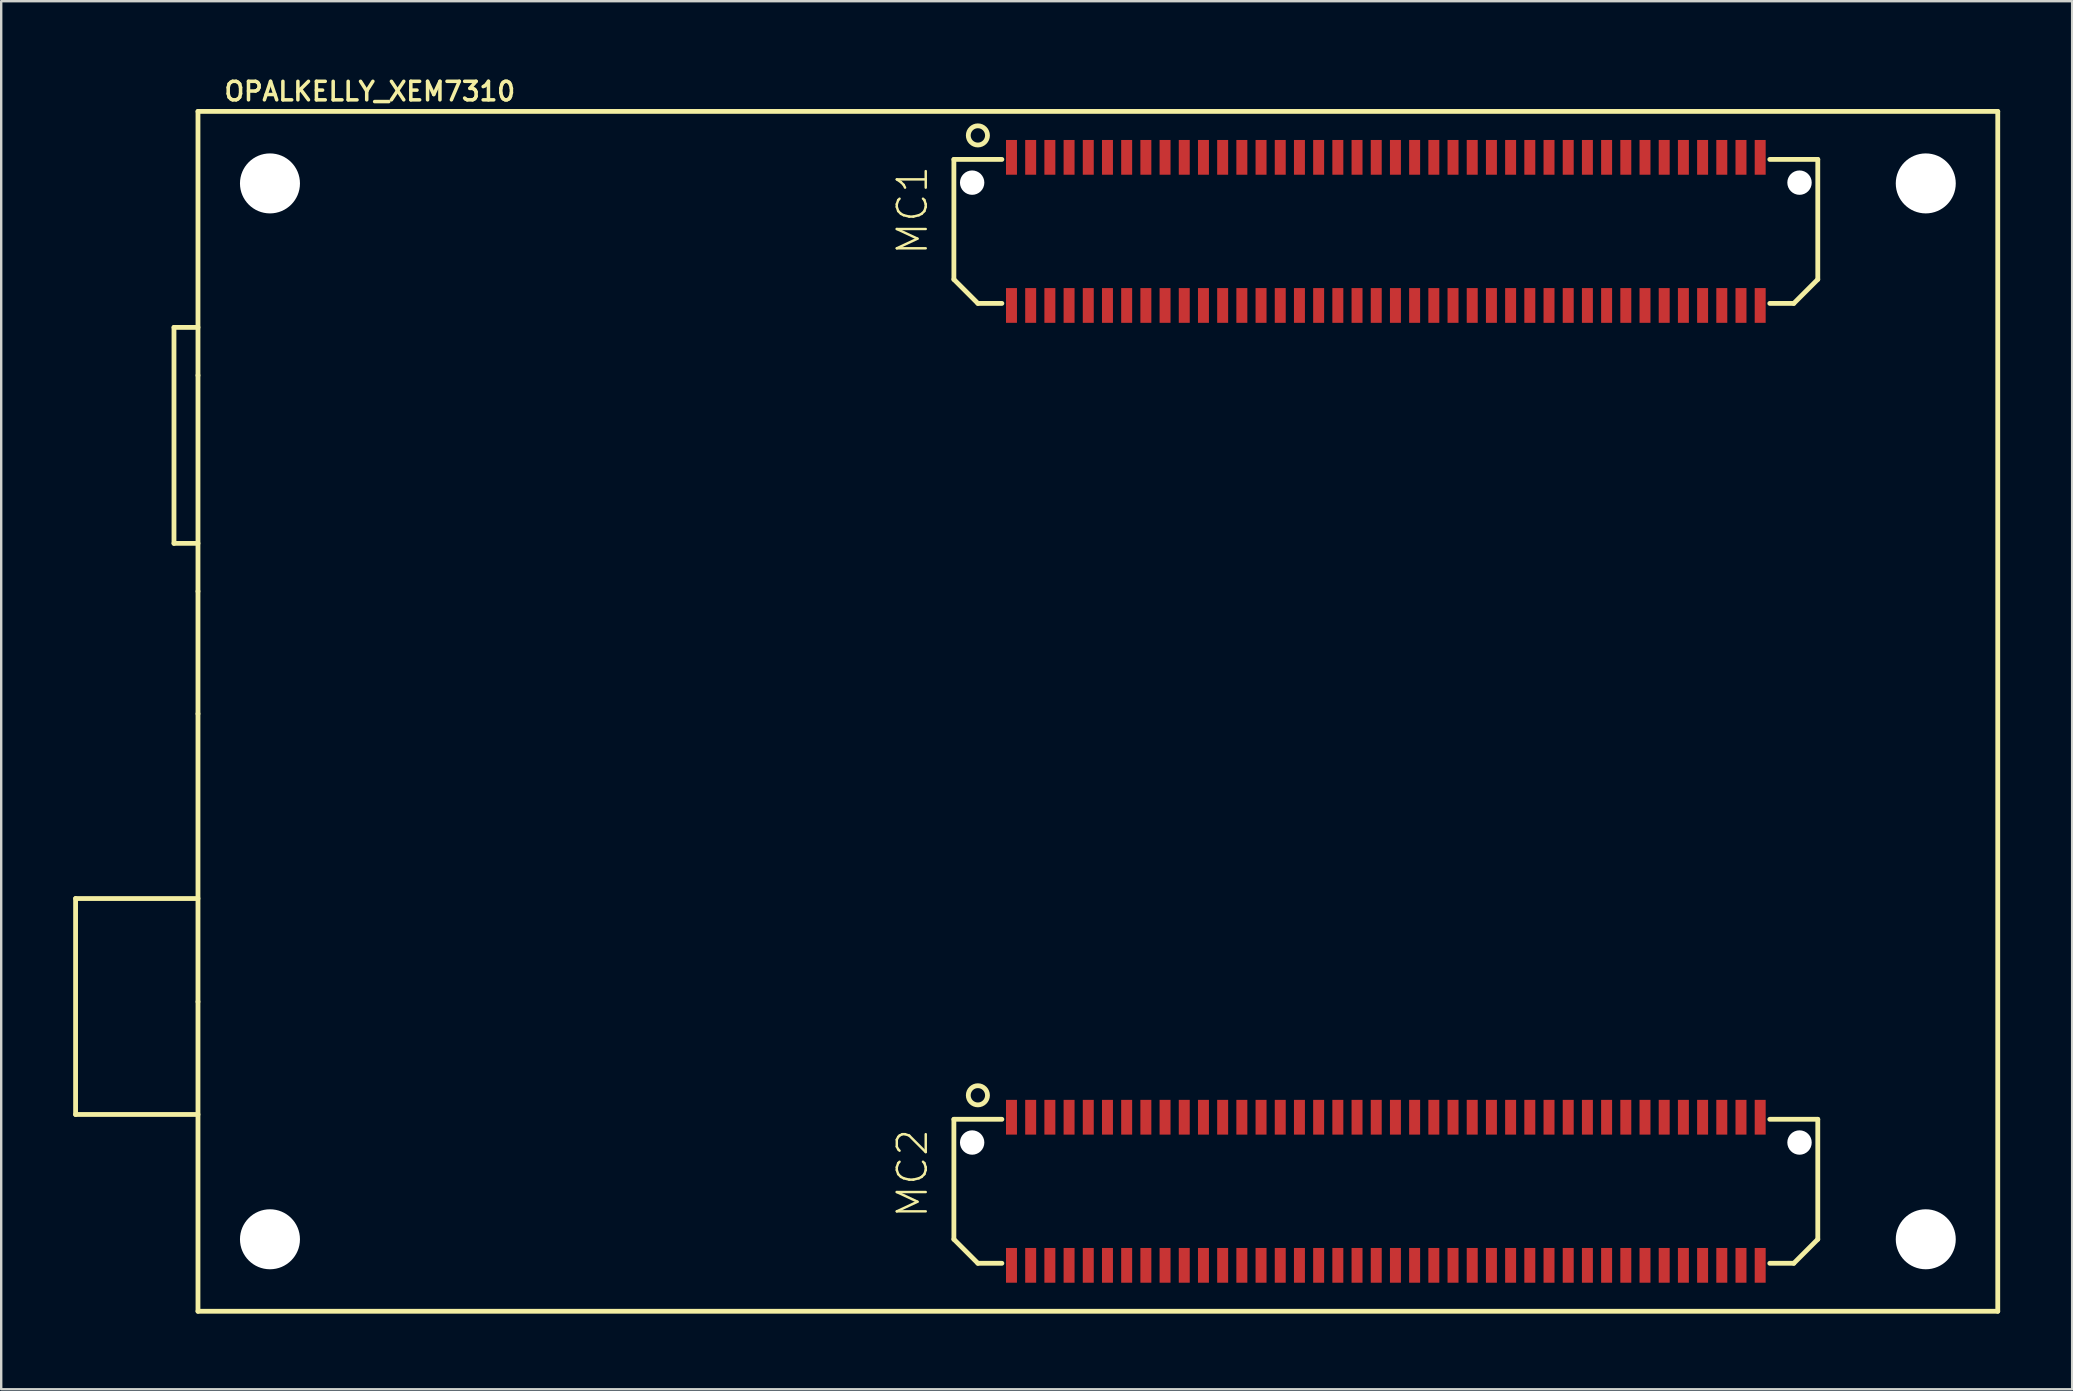
<source format=kicad_pcb>
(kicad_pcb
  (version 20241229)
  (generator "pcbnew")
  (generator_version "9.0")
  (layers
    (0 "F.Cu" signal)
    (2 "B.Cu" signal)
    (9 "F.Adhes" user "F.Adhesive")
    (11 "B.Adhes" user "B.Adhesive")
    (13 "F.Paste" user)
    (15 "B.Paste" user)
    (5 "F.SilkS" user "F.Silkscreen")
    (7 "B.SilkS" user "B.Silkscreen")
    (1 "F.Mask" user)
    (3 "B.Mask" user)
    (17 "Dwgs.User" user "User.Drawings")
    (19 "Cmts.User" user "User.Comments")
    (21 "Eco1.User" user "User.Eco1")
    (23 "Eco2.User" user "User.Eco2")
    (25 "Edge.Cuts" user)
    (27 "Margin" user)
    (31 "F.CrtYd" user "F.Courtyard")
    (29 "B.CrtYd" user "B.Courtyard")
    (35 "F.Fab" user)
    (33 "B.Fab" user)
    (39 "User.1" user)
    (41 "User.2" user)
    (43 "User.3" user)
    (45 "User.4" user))
  (footprint "OPALKELLY_XEM7310"
    (layer "F.Cu")
    (at 5.2 51.593)
    (property "Reference" "OPALKELLY_XEM7310" (at 1.016 -50.381 0) (layer "F.SilkS") (effects (font (size 0.772 0.772) (thickness 0.147)) (justify left bottom)))
    (attr smd)
    (fp_line (start -5.1 -17.2) (end 0 -17.2) (stroke (width 0.2) (type solid)) (layer "F.SilkS"))
    (fp_line (start -5.1 -8.2) (end -5.1 -17.2) (stroke (width 0.2) (type solid)) (layer "F.SilkS"))
    (fp_line (start -1 -41) (end 0 -41) (stroke (width 0.2) (type solid)) (layer "F.SilkS"))
    (fp_line (start -1 -32) (end -1 -41) (stroke (width 0.2) (type solid)) (layer "F.SilkS"))
    (fp_line (start 0 -50) (end 0 -39) (stroke (width 0.2) (type solid)) (layer "F.SilkS"))
    (fp_line (start 0 -39) (end 0 -30) (stroke (width 0.2) (type solid)) (layer "F.SilkS"))
    (fp_line (start 0 -32) (end -1 -32) (stroke (width 0.2) (type solid)) (layer "F.SilkS"))
    (fp_line (start 0 -30) (end 0 -24.9) (stroke (width 0.2) (type solid)) (layer "F.SilkS"))
    (fp_line (start 0 -24.9) (end 0 -12.9) (stroke (width 0.2) (type solid)) (layer "F.SilkS"))
    (fp_line (start 0 -12.9) (end 0 0) (stroke (width 0.2) (type solid)) (layer "F.SilkS"))
    (fp_line (start 0 -8.2) (end -5.1 -8.2) (stroke (width 0.2) (type solid)) (layer "F.SilkS"))
    (fp_line (start 0 0) (end 75 0) (stroke (width 0.2) (type solid)) (layer "F.SilkS"))
    (fp_line (start 31.5 -48) (end 31.5 -43) (stroke (width 0.2) (type solid)) (layer "F.SilkS"))
    (fp_line (start 31.5 -48) (end 33.5 -48) (stroke (width 0.2) (type solid)) (layer "F.SilkS"))
    (fp_line (start 31.5 -43) (end 32.5 -42) (stroke (width 0.2) (type solid)) (layer "F.SilkS"))
    (fp_line (start 31.5 -8) (end 31.5 -3) (stroke (width 0.2) (type solid)) (layer "F.SilkS"))
    (fp_line (start 31.5 -8) (end 33.5 -8) (stroke (width 0.2) (type solid)) (layer "F.SilkS"))
    (fp_line (start 31.5 -3) (end 32.5 -2) (stroke (width 0.2) (type solid)) (layer "F.SilkS"))
    (fp_line (start 32.5 -42) (end 33.5 -42) (stroke (width 0.2) (type solid)) (layer "F.SilkS"))
    (fp_line (start 32.5 -2) (end 33.5 -2) (stroke (width 0.2) (type solid)) (layer "F.SilkS"))
    (fp_line (start 65.5 -48) (end 67.5 -48) (stroke (width 0.2) (type solid)) (layer "F.SilkS"))
    (fp_line (start 65.5 -42) (end 66.5 -42) (stroke (width 0.2) (type solid)) (layer "F.SilkS"))
    (fp_line (start 65.5 -8) (end 67.5 -8) (stroke (width 0.2) (type solid)) (layer "F.SilkS"))
    (fp_line (start 65.5 -2) (end 66.5 -2) (stroke (width 0.2) (type solid)) (layer "F.SilkS"))
    (fp_line (start 66.5 -42) (end 67.5 -43) (stroke (width 0.2) (type solid)) (layer "F.SilkS"))
    (fp_line (start 66.5 -2) (end 67.5 -3) (stroke (width 0.2) (type solid)) (layer "F.SilkS"))
    (fp_line (start 67.5 -43) (end 67.5 -48) (stroke (width 0.2) (type solid)) (layer "F.SilkS"))
    (fp_line (start 67.5 -3) (end 67.5 -8) (stroke (width 0.2) (type solid)) (layer "F.SilkS"))
    (fp_line (start 75 -50) (end 0 -50) (stroke (width 0.2) (type solid)) (layer "F.SilkS"))
    (fp_line (start 75 0) (end 75 -50) (stroke (width 0.2) (type solid)) (layer "F.SilkS"))
    (fp_circle (center 32.5 -49) (end 32.9 -49) (stroke (width 0.2) (type solid)) (fill no) (layer "F.SilkS"))
    (fp_circle (center 32.5 -9) (end 32.9 -9) (stroke (width 0.2) (type solid)) (fill no) (layer "F.SilkS"))
    (fp_text user "MC2" (at 30.48 -3.81 90) (layer "F.SilkS") (effects (font (size 1.206 1.206) (thickness 0.102)) (justify left bottom)))
    (fp_text user "MC1" (at 30.48 -43.942 90) (layer "F.SilkS") (effects (font (size 1.206 1.206) (thickness 0.102)) (justify left bottom)))
    (pad "" np_thru_hole circle (at 3 -47) (size 2.5 2.5) (drill 2.5) (layers "*.Cu" "*.Mask"))
    (pad "" np_thru_hole circle (at 3 -3) (size 2.5 2.5) (drill 2.5) (layers "*.Cu" "*.Mask"))
    (pad "" np_thru_hole circle (at 32.261 -47.032) (size 1.016 1.016) (drill 1.016) (layers "*.Cu" "*.Mask"))
    (pad "" np_thru_hole circle (at 32.261 -7.032) (size 1.016 1.016) (drill 1.016) (layers "*.Cu" "*.Mask"))
    (pad "" np_thru_hole circle (at 66.739 -47.032) (size 1.016 1.016) (drill 1.016) (layers "*.Cu" "*.Mask"))
    (pad "" np_thru_hole circle (at 66.739 -7.032) (size 1.016 1.016) (drill 1.016) (layers "*.Cu" "*.Mask"))
    (pad "" np_thru_hole circle (at 72 -47) (size 2.5 2.5) (drill 2.5) (layers "*.Cu" "*.Mask"))
    (pad "" np_thru_hole circle (at 72 -3) (size 2.5 2.5) (drill 2.5) (layers "*.Cu" "*.Mask"))
    (pad "JP1-1" smd rect (at 33.9 -48.086 90) (size 1.448 0.457) (layers "F.Cu" "F.Mask" "F.Paste"))
    (pad "JP1-2" smd rect (at 33.9 -41.914 90) (size 1.448 0.457) (layers "F.Cu" "F.Mask" "F.Paste"))
    (pad "JP1-3" smd rect (at 34.7 -48.086 90) (size 1.448 0.457) (layers "F.Cu" "F.Mask" "F.Paste"))
    (pad "JP1-4" smd rect (at 34.7 -41.914 90) (size 1.448 0.457) (layers "F.Cu" "F.Mask" "F.Paste"))
    (pad "JP1-5" smd rect (at 35.5 -48.086 90) (size 1.448 0.457) (layers "F.Cu" "F.Mask" "F.Paste"))
    (pad "JP1-6" smd rect (at 35.5 -41.914 90) (size 1.448 0.457) (layers "F.Cu" "F.Mask" "F.Paste"))
    (pad "JP1-7" smd rect (at 36.3 -48.086 90) (size 1.448 0.457) (layers "F.Cu" "F.Mask" "F.Paste"))
    (pad "JP1-8" smd rect (at 36.3 -41.914 90) (size 1.448 0.457) (layers "F.Cu" "F.Mask" "F.Paste"))
    (pad "JP1-9" smd rect (at 37.1 -48.086 90) (size 1.448 0.457) (layers "F.Cu" "F.Mask" "F.Paste"))
    (pad "JP1-10" smd rect (at 37.1 -41.914 90) (size 1.448 0.457) (layers "F.Cu" "F.Mask" "F.Paste"))
    (pad "JP1-11" smd rect (at 37.9 -48.086 90) (size 1.448 0.457) (layers "F.Cu" "F.Mask" "F.Paste"))
    (pad "JP1-12" smd rect (at 37.9 -41.914 90) (size 1.448 0.457) (layers "F.Cu" "F.Mask" "F.Paste"))
    (pad "JP1-13" smd rect (at 38.7 -48.086 90) (size 1.448 0.457) (layers "F.Cu" "F.Mask" "F.Paste"))
    (pad "JP1-14" smd rect (at 38.7 -41.914 90) (size 1.448 0.457) (layers "F.Cu" "F.Mask" "F.Paste"))
    (pad "JP1-15" smd rect (at 39.5 -48.086 90) (size 1.448 0.457) (layers "F.Cu" "F.Mask" "F.Paste"))
    (pad "JP1-16" smd rect (at 39.5 -41.914 90) (size 1.448 0.457) (layers "F.Cu" "F.Mask" "F.Paste"))
    (pad "JP1-17" smd rect (at 40.3 -48.086 90) (size 1.448 0.457) (layers "F.Cu" "F.Mask" "F.Paste"))
    (pad "JP1-18" smd rect (at 40.3 -41.914 90) (size 1.448 0.457) (layers "F.Cu" "F.Mask" "F.Paste"))
    (pad "JP1-19" smd rect (at 41.1 -48.086 90) (size 1.448 0.457) (layers "F.Cu" "F.Mask" "F.Paste"))
    (pad "JP1-20" smd rect (at 41.1 -41.914 90) (size 1.448 0.457) (layers "F.Cu" "F.Mask" "F.Paste"))
    (pad "JP1-21" smd rect (at 41.9 -48.086 90) (size 1.448 0.457) (layers "F.Cu" "F.Mask" "F.Paste"))
    (pad "JP1-22" smd rect (at 41.9 -41.914 90) (size 1.448 0.457) (layers "F.Cu" "F.Mask" "F.Paste"))
    (pad "JP1-23" smd rect (at 42.7 -48.086 90) (size 1.448 0.457) (layers "F.Cu" "F.Mask" "F.Paste"))
    (pad "JP1-24" smd rect (at 42.7 -41.914 90) (size 1.448 0.457) (layers "F.Cu" "F.Mask" "F.Paste"))
    (pad "JP1-25" smd rect (at 43.5 -48.086 90) (size 1.448 0.457) (layers "F.Cu" "F.Mask" "F.Paste"))
    (pad "JP1-26" smd rect (at 43.5 -41.914 90) (size 1.448 0.457) (layers "F.Cu" "F.Mask" "F.Paste"))
    (pad "JP1-27" smd rect (at 44.3 -48.086 90) (size 1.448 0.457) (layers "F.Cu" "F.Mask" "F.Paste"))
    (pad "JP1-28" smd rect (at 44.3 -41.914 90) (size 1.448 0.457) (layers "F.Cu" "F.Mask" "F.Paste"))
    (pad "JP1-29" smd rect (at 45.1 -48.086 90) (size 1.448 0.457) (layers "F.Cu" "F.Mask" "F.Paste"))
    (pad "JP1-30" smd rect (at 45.1 -41.914 90) (size 1.448 0.457) (layers "F.Cu" "F.Mask" "F.Paste"))
    (pad "JP1-31" smd rect (at 45.9 -48.086 90) (size 1.448 0.457) (layers "F.Cu" "F.Mask" "F.Paste"))
    (pad "JP1-32" smd rect (at 45.9 -41.914 90) (size 1.448 0.457) (layers "F.Cu" "F.Mask" "F.Paste"))
    (pad "JP1-33" smd rect (at 46.7 -48.086 90) (size 1.448 0.457) (layers "F.Cu" "F.Mask" "F.Paste"))
    (pad "JP1-34" smd rect (at 46.7 -41.914 90) (size 1.448 0.457) (layers "F.Cu" "F.Mask" "F.Paste"))
    (pad "JP1-35" smd rect (at 47.5 -48.086 90) (size 1.448 0.457) (layers "F.Cu" "F.Mask" "F.Paste"))
    (pad "JP1-36" smd rect (at 47.5 -41.914 90) (size 1.448 0.457) (layers "F.Cu" "F.Mask" "F.Paste"))
    (pad "JP1-37" smd rect (at 48.3 -48.086 90) (size 1.448 0.457) (layers "F.Cu" "F.Mask" "F.Paste"))
    (pad "JP1-38" smd rect (at 48.3 -41.914 90) (size 1.448 0.457) (layers "F.Cu" "F.Mask" "F.Paste"))
    (pad "JP1-39" smd rect (at 49.1 -48.086 90) (size 1.448 0.457) (layers "F.Cu" "F.Mask" "F.Paste"))
    (pad "JP1-40" smd rect (at 49.1 -41.914 90) (size 1.448 0.457) (layers "F.Cu" "F.Mask" "F.Paste"))
    (pad "JP1-41" smd rect (at 49.9 -48.086 90) (size 1.448 0.457) (layers "F.Cu" "F.Mask" "F.Paste"))
    (pad "JP1-42" smd rect (at 49.9 -41.914 90) (size 1.448 0.457) (layers "F.Cu" "F.Mask" "F.Paste"))
    (pad "JP1-43" smd rect (at 50.7 -48.086 90) (size 1.448 0.457) (layers "F.Cu" "F.Mask" "F.Paste"))
    (pad "JP1-44" smd rect (at 50.7 -41.914 90) (size 1.448 0.457) (layers "F.Cu" "F.Mask" "F.Paste"))
    (pad "JP1-45" smd rect (at 51.5 -48.086 90) (size 1.448 0.457) (layers "F.Cu" "F.Mask" "F.Paste"))
    (pad "JP1-46" smd rect (at 51.5 -41.914 90) (size 1.448 0.457) (layers "F.Cu" "F.Mask" "F.Paste"))
    (pad "JP1-47" smd rect (at 52.3 -48.086 90) (size 1.448 0.457) (layers "F.Cu" "F.Mask" "F.Paste"))
    (pad "JP1-48" smd rect (at 52.3 -41.914 90) (size 1.448 0.457) (layers "F.Cu" "F.Mask" "F.Paste"))
    (pad "JP1-49" smd rect (at 53.1 -48.086 90) (size 1.448 0.457) (layers "F.Cu" "F.Mask" "F.Paste"))
    (pad "JP1-50" smd rect (at 53.1 -41.914 90) (size 1.448 0.457) (layers "F.Cu" "F.Mask" "F.Paste"))
    (pad "JP1-51" smd rect (at 53.9 -48.086 90) (size 1.448 0.457) (layers "F.Cu" "F.Mask" "F.Paste"))
    (pad "JP1-52" smd rect (at 53.9 -41.914 90) (size 1.448 0.457) (layers "F.Cu" "F.Mask" "F.Paste"))
    (pad "JP1-53" smd rect (at 54.7 -48.086 90) (size 1.448 0.457) (layers "F.Cu" "F.Mask" "F.Paste"))
    (pad "JP1-54" smd rect (at 54.7 -41.914 90) (size 1.448 0.457) (layers "F.Cu" "F.Mask" "F.Paste"))
    (pad "JP1-55" smd rect (at 55.5 -48.086 90) (size 1.448 0.457) (layers "F.Cu" "F.Mask" "F.Paste"))
    (pad "JP1-56" smd rect (at 55.5 -41.914 90) (size 1.448 0.457) (layers "F.Cu" "F.Mask" "F.Paste"))
    (pad "JP1-57" smd rect (at 56.3 -48.086 90) (size 1.448 0.457) (layers "F.Cu" "F.Mask" "F.Paste"))
    (pad "JP1-58" smd rect (at 56.3 -41.914 90) (size 1.448 0.457) (layers "F.Cu" "F.Mask" "F.Paste"))
    (pad "JP1-59" smd rect (at 57.1 -48.086 90) (size 1.448 0.457) (layers "F.Cu" "F.Mask" "F.Paste"))
    (pad "JP1-60" smd rect (at 57.1 -41.914 90) (size 1.448 0.457) (layers "F.Cu" "F.Mask" "F.Paste"))
    (pad "JP1-61" smd rect (at 57.9 -48.086 90) (size 1.448 0.457) (layers "F.Cu" "F.Mask" "F.Paste"))
    (pad "JP1-62" smd rect (at 57.9 -41.914 90) (size 1.448 0.457) (layers "F.Cu" "F.Mask" "F.Paste"))
    (pad "JP1-63" smd rect (at 58.7 -48.086 90) (size 1.448 0.457) (layers "F.Cu" "F.Mask" "F.Paste"))
    (pad "JP1-64" smd rect (at 58.7 -41.914 90) (size 1.448 0.457) (layers "F.Cu" "F.Mask" "F.Paste"))
    (pad "JP1-65" smd rect (at 59.5 -48.086 90) (size 1.448 0.457) (layers "F.Cu" "F.Mask" "F.Paste"))
    (pad "JP1-66" smd rect (at 59.5 -41.914 90) (size 1.448 0.457) (layers "F.Cu" "F.Mask" "F.Paste"))
    (pad "JP1-67" smd rect (at 60.3 -48.086 90) (size 1.448 0.457) (layers "F.Cu" "F.Mask" "F.Paste"))
    (pad "JP1-68" smd rect (at 60.3 -41.914 90) (size 1.448 0.457) (layers "F.Cu" "F.Mask" "F.Paste"))
    (pad "JP1-69" smd rect (at 61.1 -48.086 90) (size 1.448 0.457) (layers "F.Cu" "F.Mask" "F.Paste"))
    (pad "JP1-70" smd rect (at 61.1 -41.914 90) (size 1.448 0.457) (layers "F.Cu" "F.Mask" "F.Paste"))
    (pad "JP1-71" smd rect (at 61.9 -48.086 90) (size 1.448 0.457) (layers "F.Cu" "F.Mask" "F.Paste"))
    (pad "JP1-72" smd rect (at 61.9 -41.914 90) (size 1.448 0.457) (layers "F.Cu" "F.Mask" "F.Paste"))
    (pad "JP1-73" smd rect (at 62.7 -48.086 90) (size 1.448 0.457) (layers "F.Cu" "F.Mask" "F.Paste"))
    (pad "JP1-74" smd rect (at 62.7 -41.914 90) (size 1.448 0.457) (layers "F.Cu" "F.Mask" "F.Paste"))
    (pad "JP1-75" smd rect (at 63.5 -48.086 90) (size 1.448 0.457) (layers "F.Cu" "F.Mask" "F.Paste"))
    (pad "JP1-76" smd rect (at 63.5 -41.914 90) (size 1.448 0.457) (layers "F.Cu" "F.Mask" "F.Paste"))
    (pad "JP1-77" smd rect (at 64.3 -48.086 90) (size 1.448 0.457) (layers "F.Cu" "F.Mask" "F.Paste"))
    (pad "JP1-78" smd rect (at 64.3 -41.914 90) (size 1.448 0.457) (layers "F.Cu" "F.Mask" "F.Paste"))
    (pad "JP1-79" smd rect (at 65.1 -48.086 90) (size 1.448 0.457) (layers "F.Cu" "F.Mask" "F.Paste"))
    (pad "JP1-80" smd rect (at 65.1 -41.914 90) (size 1.448 0.457) (layers "F.Cu" "F.Mask" "F.Paste"))
    (pad "JP2-1" smd rect (at 33.9 -8.086 90) (size 1.448 0.457) (layers "F.Cu" "F.Mask" "F.Paste"))
    (pad "JP2-2" smd rect (at 33.9 -1.914 90) (size 1.448 0.457) (layers "F.Cu" "F.Mask" "F.Paste"))
    (pad "JP2-3" smd rect (at 34.7 -8.086 90) (size 1.448 0.457) (layers "F.Cu" "F.Mask" "F.Paste"))
    (pad "JP2-4" smd rect (at 34.7 -1.914 90) (size 1.448 0.457) (layers "F.Cu" "F.Mask" "F.Paste"))
    (pad "JP2-5" smd rect (at 35.5 -8.086 90) (size 1.448 0.457) (layers "F.Cu" "F.Mask" "F.Paste"))
    (pad "JP2-6" smd rect (at 35.5 -1.914 90) (size 1.448 0.457) (layers "F.Cu" "F.Mask" "F.Paste"))
    (pad "JP2-7" smd rect (at 36.3 -8.086 90) (size 1.448 0.457) (layers "F.Cu" "F.Mask" "F.Paste"))
    (pad "JP2-8" smd rect (at 36.3 -1.914 90) (size 1.448 0.457) (layers "F.Cu" "F.Mask" "F.Paste"))
    (pad "JP2-9" smd rect (at 37.1 -8.086 90) (size 1.448 0.457) (layers "F.Cu" "F.Mask" "F.Paste"))
    (pad "JP2-10" smd rect (at 37.1 -1.914 90) (size 1.448 0.457) (layers "F.Cu" "F.Mask" "F.Paste"))
    (pad "JP2-11" smd rect (at 37.9 -8.086 90) (size 1.448 0.457) (layers "F.Cu" "F.Mask" "F.Paste"))
    (pad "JP2-12" smd rect (at 37.9 -1.914 90) (size 1.448 0.457) (layers "F.Cu" "F.Mask" "F.Paste"))
    (pad "JP2-13" smd rect (at 38.7 -8.086 90) (size 1.448 0.457) (layers "F.Cu" "F.Mask" "F.Paste"))
    (pad "JP2-14" smd rect (at 38.7 -1.914 90) (size 1.448 0.457) (layers "F.Cu" "F.Mask" "F.Paste"))
    (pad "JP2-15" smd rect (at 39.5 -8.086 90) (size 1.448 0.457) (layers "F.Cu" "F.Mask" "F.Paste"))
    (pad "JP2-16" smd rect (at 39.5 -1.914 90) (size 1.448 0.457) (layers "F.Cu" "F.Mask" "F.Paste"))
    (pad "JP2-17" smd rect (at 40.3 -8.086 90) (size 1.448 0.457) (layers "F.Cu" "F.Mask" "F.Paste"))
    (pad "JP2-18" smd rect (at 40.3 -1.914 90) (size 1.448 0.457) (layers "F.Cu" "F.Mask" "F.Paste"))
    (pad "JP2-19" smd rect (at 41.1 -8.086 90) (size 1.448 0.457) (layers "F.Cu" "F.Mask" "F.Paste"))
    (pad "JP2-20" smd rect (at 41.1 -1.914 90) (size 1.448 0.457) (layers "F.Cu" "F.Mask" "F.Paste"))
    (pad "JP2-21" smd rect (at 41.9 -8.086 90) (size 1.448 0.457) (layers "F.Cu" "F.Mask" "F.Paste"))
    (pad "JP2-22" smd rect (at 41.9 -1.914 90) (size 1.448 0.457) (layers "F.Cu" "F.Mask" "F.Paste"))
    (pad "JP2-23" smd rect (at 42.7 -8.086 90) (size 1.448 0.457) (layers "F.Cu" "F.Mask" "F.Paste"))
    (pad "JP2-24" smd rect (at 42.7 -1.914 90) (size 1.448 0.457) (layers "F.Cu" "F.Mask" "F.Paste"))
    (pad "JP2-25" smd rect (at 43.5 -8.086 90) (size 1.448 0.457) (layers "F.Cu" "F.Mask" "F.Paste"))
    (pad "JP2-26" smd rect (at 43.5 -1.914 90) (size 1.448 0.457) (layers "F.Cu" "F.Mask" "F.Paste"))
    (pad "JP2-27" smd rect (at 44.3 -8.086 90) (size 1.448 0.457) (layers "F.Cu" "F.Mask" "F.Paste"))
    (pad "JP2-28" smd rect (at 44.3 -1.914 90) (size 1.448 0.457) (layers "F.Cu" "F.Mask" "F.Paste"))
    (pad "JP2-29" smd rect (at 45.1 -8.086 90) (size 1.448 0.457) (layers "F.Cu" "F.Mask" "F.Paste"))
    (pad "JP2-30" smd rect (at 45.1 -1.914 90) (size 1.448 0.457) (layers "F.Cu" "F.Mask" "F.Paste"))
    (pad "JP2-31" smd rect (at 45.9 -8.086 90) (size 1.448 0.457) (layers "F.Cu" "F.Mask" "F.Paste"))
    (pad "JP2-32" smd rect (at 45.9 -1.914 90) (size 1.448 0.457) (layers "F.Cu" "F.Mask" "F.Paste"))
    (pad "JP2-33" smd rect (at 46.7 -8.086 90) (size 1.448 0.457) (layers "F.Cu" "F.Mask" "F.Paste"))
    (pad "JP2-34" smd rect (at 46.7 -1.914 90) (size 1.448 0.457) (layers "F.Cu" "F.Mask" "F.Paste"))
    (pad "JP2-35" smd rect (at 47.5 -8.086 90) (size 1.448 0.457) (layers "F.Cu" "F.Mask" "F.Paste"))
    (pad "JP2-36" smd rect (at 47.5 -1.914 90) (size 1.448 0.457) (layers "F.Cu" "F.Mask" "F.Paste"))
    (pad "JP2-37" smd rect (at 48.3 -8.086 90) (size 1.448 0.457) (layers "F.Cu" "F.Mask" "F.Paste"))
    (pad "JP2-38" smd rect (at 48.3 -1.914 90) (size 1.448 0.457) (layers "F.Cu" "F.Mask" "F.Paste"))
    (pad "JP2-39" smd rect (at 49.1 -8.086 90) (size 1.448 0.457) (layers "F.Cu" "F.Mask" "F.Paste"))
    (pad "JP2-40" smd rect (at 49.1 -1.914 90) (size 1.448 0.457) (layers "F.Cu" "F.Mask" "F.Paste"))
    (pad "JP2-41" smd rect (at 49.9 -8.086 90) (size 1.448 0.457) (layers "F.Cu" "F.Mask" "F.Paste"))
    (pad "JP2-42" smd rect (at 49.9 -1.914 90) (size 1.448 0.457) (layers "F.Cu" "F.Mask" "F.Paste"))
    (pad "JP2-43" smd rect (at 50.7 -8.086 90) (size 1.448 0.457) (layers "F.Cu" "F.Mask" "F.Paste"))
    (pad "JP2-44" smd rect (at 50.7 -1.914 90) (size 1.448 0.457) (layers "F.Cu" "F.Mask" "F.Paste"))
    (pad "JP2-45" smd rect (at 51.5 -8.086 90) (size 1.448 0.457) (layers "F.Cu" "F.Mask" "F.Paste"))
    (pad "JP2-46" smd rect (at 51.5 -1.914 90) (size 1.448 0.457) (layers "F.Cu" "F.Mask" "F.Paste"))
    (pad "JP2-47" smd rect (at 52.3 -8.086 90) (size 1.448 0.457) (layers "F.Cu" "F.Mask" "F.Paste"))
    (pad "JP2-48" smd rect (at 52.3 -1.914 90) (size 1.448 0.457) (layers "F.Cu" "F.Mask" "F.Paste"))
    (pad "JP2-49" smd rect (at 53.1 -8.086 90) (size 1.448 0.457) (layers "F.Cu" "F.Mask" "F.Paste"))
    (pad "JP2-50" smd rect (at 53.1 -1.914 90) (size 1.448 0.457) (layers "F.Cu" "F.Mask" "F.Paste"))
    (pad "JP2-51" smd rect (at 53.9 -8.086 90) (size 1.448 0.457) (layers "F.Cu" "F.Mask" "F.Paste"))
    (pad "JP2-52" smd rect (at 53.9 -1.914 90) (size 1.448 0.457) (layers "F.Cu" "F.Mask" "F.Paste"))
    (pad "JP2-53" smd rect (at 54.7 -8.086 90) (size 1.448 0.457) (layers "F.Cu" "F.Mask" "F.Paste"))
    (pad "JP2-54" smd rect (at 54.7 -1.914 90) (size 1.448 0.457) (layers "F.Cu" "F.Mask" "F.Paste"))
    (pad "JP2-55" smd rect (at 55.5 -8.086 90) (size 1.448 0.457) (layers "F.Cu" "F.Mask" "F.Paste"))
    (pad "JP2-56" smd rect (at 55.5 -1.914 90) (size 1.448 0.457) (layers "F.Cu" "F.Mask" "F.Paste"))
    (pad "JP2-57" smd rect (at 56.3 -8.086 90) (size 1.448 0.457) (layers "F.Cu" "F.Mask" "F.Paste"))
    (pad "JP2-58" smd rect (at 56.3 -1.914 90) (size 1.448 0.457) (layers "F.Cu" "F.Mask" "F.Paste"))
    (pad "JP2-59" smd rect (at 57.1 -8.086 90) (size 1.448 0.457) (layers "F.Cu" "F.Mask" "F.Paste"))
    (pad "JP2-60" smd rect (at 57.1 -1.914 90) (size 1.448 0.457) (layers "F.Cu" "F.Mask" "F.Paste"))
    (pad "JP2-61" smd rect (at 57.9 -8.086 90) (size 1.448 0.457) (layers "F.Cu" "F.Mask" "F.Paste"))
    (pad "JP2-62" smd rect (at 57.9 -1.914 90) (size 1.448 0.457) (layers "F.Cu" "F.Mask" "F.Paste"))
    (pad "JP2-63" smd rect (at 58.7 -8.086 90) (size 1.448 0.457) (layers "F.Cu" "F.Mask" "F.Paste"))
    (pad "JP2-64" smd rect (at 58.7 -1.914 90) (size 1.448 0.457) (layers "F.Cu" "F.Mask" "F.Paste"))
    (pad "JP2-65" smd rect (at 59.5 -8.086 90) (size 1.448 0.457) (layers "F.Cu" "F.Mask" "F.Paste"))
    (pad "JP2-66" smd rect (at 59.5 -1.914 90) (size 1.448 0.457) (layers "F.Cu" "F.Mask" "F.Paste"))
    (pad "JP2-67" smd rect (at 60.3 -8.086 90) (size 1.448 0.457) (layers "F.Cu" "F.Mask" "F.Paste"))
    (pad "JP2-68" smd rect (at 60.3 -1.914 90) (size 1.448 0.457) (layers "F.Cu" "F.Mask" "F.Paste"))
    (pad "JP2-69" smd rect (at 61.1 -8.086 90) (size 1.448 0.457) (layers "F.Cu" "F.Mask" "F.Paste"))
    (pad "JP2-70" smd rect (at 61.1 -1.914 90) (size 1.448 0.457) (layers "F.Cu" "F.Mask" "F.Paste"))
    (pad "JP2-71" smd rect (at 61.9 -8.086 90) (size 1.448 0.457) (layers "F.Cu" "F.Mask" "F.Paste"))
    (pad "JP2-72" smd rect (at 61.9 -1.914 90) (size 1.448 0.457) (layers "F.Cu" "F.Mask" "F.Paste"))
    (pad "JP2-73" smd rect (at 62.7 -8.086 90) (size 1.448 0.457) (layers "F.Cu" "F.Mask" "F.Paste"))
    (pad "JP2-74" smd rect (at 62.7 -1.914 90) (size 1.448 0.457) (layers "F.Cu" "F.Mask" "F.Paste"))
    (pad "JP2-75" smd rect (at 63.5 -8.086 90) (size 1.448 0.457) (layers "F.Cu" "F.Mask" "F.Paste"))
    (pad "JP2-76" smd rect (at 63.5 -1.914 90) (size 1.448 0.457) (layers "F.Cu" "F.Mask" "F.Paste"))
    (pad "JP2-77" smd rect (at 64.3 -8.086 90) (size 1.448 0.457) (layers "F.Cu" "F.Mask" "F.Paste"))
    (pad "JP2-78" smd rect (at 64.3 -1.914 90) (size 1.448 0.457) (layers "F.Cu" "F.Mask" "F.Paste"))
    (pad "JP2-79" smd rect (at 65.1 -8.086 90) (size 1.448 0.457) (layers "F.Cu" "F.Mask" "F.Paste"))
    (pad "JP2-80" smd rect (at 65.1 -1.914 90) (size 1.448 0.457) (layers "F.Cu" "F.Mask" "F.Paste")))
  (gr_rect
    (start -3 -3)
    (end 83.3 54.843)
    (stroke (width 0.1) (type default))
    (fill no)
    (layer "Edge.Cuts")))
</source>
